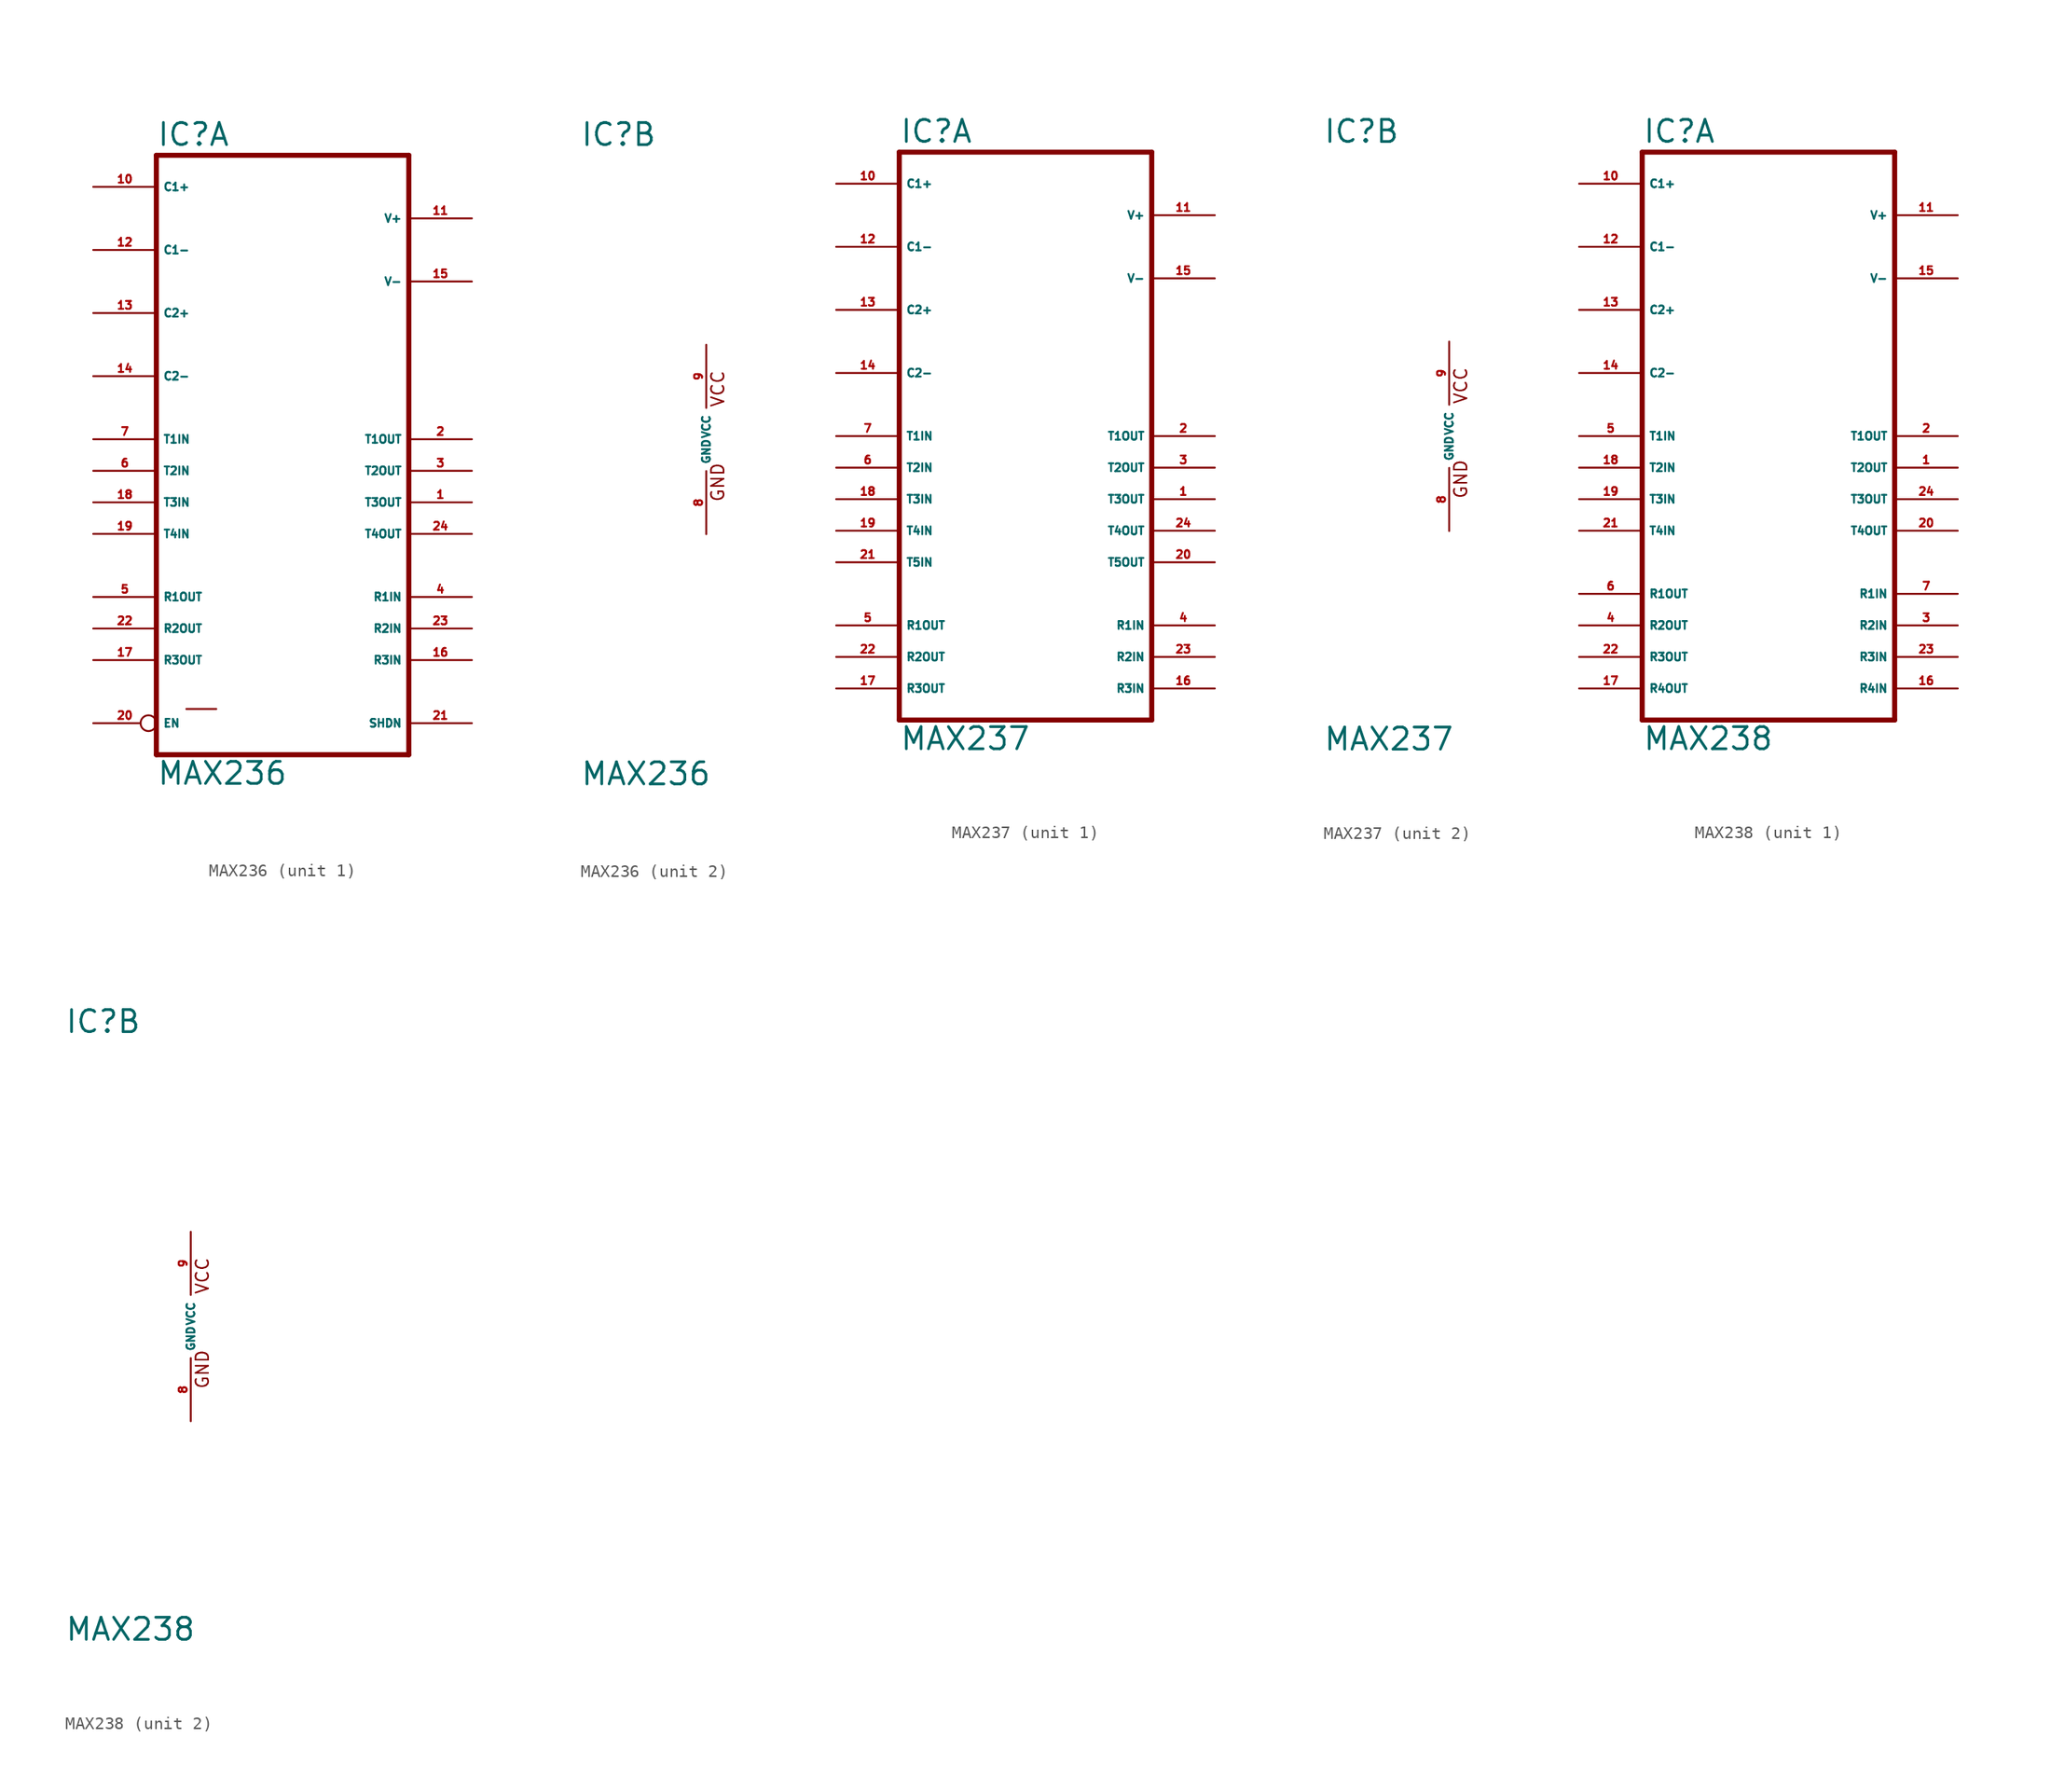
<source format=kicad_sym>
(kicad_symbol_lib
  (version 20220914)
  (generator Eagle2Kicad)
  (symbol "MAX236"
    (property "Reference" "IC"
      (at -10.16 23.495 0)
      (effects (font (size 1.778 1.778) (thickness 0.22)) (justify left bottom)))
    (property "Value" "MAX236"
      (at -10.16 -27.94 0)
      (effects (font (size 1.778 1.778) (thickness 0.22)) (justify left bottom)))
    (symbol "MAX236_1_0"
      (polyline (pts (xy -10.16 22.86) (xy 10.16 22.86)) (stroke (width 0.406) (type default)) (fill (type none)))
      (polyline (pts (xy 10.16 -25.4) (xy 10.16 22.86)) (stroke (width 0.406) (type default)) (fill (type none)))
      (polyline (pts (xy 10.16 -25.4) (xy -10.16 -25.4)) (stroke (width 0.406) (type default)) (fill (type none)))
      (polyline (pts (xy -10.16 22.86) (xy -10.16 -25.4)) (stroke (width 0.406) (type default)) (fill (type none)))
      (polyline (pts (xy -7.747 -21.717) (xy -5.334 -21.717)) (stroke (width 0.152) (type default)) (fill (type none)))
      (pin passive inverted (at -15.24 -22.86 0) (length 5.08) (name "EN" (effects (font (size 0.635 0.635) (thickness 0.08)) (justify left bottom))) (number "20" (effects (font (size 0.635 0.635) (thickness 0.08)) (justify left bottom))))
      (pin bidirectional line (at -15.24 5.08 0) (length 5.08) (name "C2-" (effects (font (size 0.635 0.635) (thickness 0.08)) (justify left bottom))) (number "14" (effects (font (size 0.635 0.635) (thickness 0.08)) (justify left bottom))))
      (pin output line (at -15.24 -12.7 0) (length 5.08) (name "R1OUT" (effects (font (size 0.635 0.635) (thickness 0.08)) (justify left bottom))) (number "5" (effects (font (size 0.635 0.635) (thickness 0.08)) (justify left bottom))))
      (pin output line (at -15.24 -15.24 0) (length 5.08) (name "R2OUT" (effects (font (size 0.635 0.635) (thickness 0.08)) (justify left bottom))) (number "22" (effects (font (size 0.635 0.635) (thickness 0.08)) (justify left bottom))))
      (pin input line (at -15.24 0 0) (length 5.08) (name "T1IN" (effects (font (size 0.635 0.635) (thickness 0.08)) (justify left bottom))) (number "7" (effects (font (size 0.635 0.635) (thickness 0.08)) (justify left bottom))))
      (pin input line (at -15.24 -2.54 0) (length 5.08) (name "T2IN" (effects (font (size 0.635 0.635) (thickness 0.08)) (justify left bottom))) (number "6" (effects (font (size 0.635 0.635) (thickness 0.08)) (justify left bottom))))
      (pin input line (at -15.24 -5.08 0) (length 5.08) (name "T3IN" (effects (font (size 0.635 0.635) (thickness 0.08)) (justify left bottom))) (number "18" (effects (font (size 0.635 0.635) (thickness 0.08)) (justify left bottom))))
      (pin input line (at -15.24 -7.62 0) (length 5.08) (name "T4IN" (effects (font (size 0.635 0.635) (thickness 0.08)) (justify left bottom))) (number "19" (effects (font (size 0.635 0.635) (thickness 0.08)) (justify left bottom))))
      (pin input line (at 15.24 -17.78 180) (length 5.08) (name "R3IN" (effects (font (size 0.635 0.635) (thickness 0.08)) (justify left bottom))) (number "16" (effects (font (size 0.635 0.635) (thickness 0.08)) (justify left bottom))))
      (pin bidirectional line (at 15.24 17.78 180) (length 5.08) (name "V+" (effects (font (size 0.635 0.635) (thickness 0.08)) (justify left bottom))) (number "11" (effects (font (size 0.635 0.635) (thickness 0.08)) (justify left bottom))))
      (pin output line (at 15.24 0 180) (length 5.08) (name "T1OUT" (effects (font (size 0.635 0.635) (thickness 0.08)) (justify left bottom))) (number "2" (effects (font (size 0.635 0.635) (thickness 0.08)) (justify left bottom))))
      (pin output line (at 15.24 -2.54 180) (length 5.08) (name "T2OUT" (effects (font (size 0.635 0.635) (thickness 0.08)) (justify left bottom))) (number "3" (effects (font (size 0.635 0.635) (thickness 0.08)) (justify left bottom))))
      (pin output line (at 15.24 -5.08 180) (length 5.08) (name "T3OUT" (effects (font (size 0.635 0.635) (thickness 0.08)) (justify left bottom))) (number "1" (effects (font (size 0.635 0.635) (thickness 0.08)) (justify left bottom))))
      (pin output line (at 15.24 -7.62 180) (length 5.08) (name "T4OUT" (effects (font (size 0.635 0.635) (thickness 0.08)) (justify left bottom))) (number "24" (effects (font (size 0.635 0.635) (thickness 0.08)) (justify left bottom))))
      (pin bidirectional line (at -15.24 15.24 0) (length 5.08) (name "C1-" (effects (font (size 0.635 0.635) (thickness 0.08)) (justify left bottom))) (number "12" (effects (font (size 0.635 0.635) (thickness 0.08)) (justify left bottom))))
      (pin bidirectional line (at -15.24 10.16 0) (length 5.08) (name "C2+" (effects (font (size 0.635 0.635) (thickness 0.08)) (justify left bottom))) (number "13" (effects (font (size 0.635 0.635) (thickness 0.08)) (justify left bottom))))
      (pin output line (at -15.24 -17.78 0) (length 5.08) (name "R3OUT" (effects (font (size 0.635 0.635) (thickness 0.08)) (justify left bottom))) (number "17" (effects (font (size 0.635 0.635) (thickness 0.08)) (justify left bottom))))
      (pin input line (at 15.24 -15.24 180) (length 5.08) (name "R2IN" (effects (font (size 0.635 0.635) (thickness 0.08)) (justify left bottom))) (number "23" (effects (font (size 0.635 0.635) (thickness 0.08)) (justify left bottom))))
      (pin input line (at 15.24 -12.7 180) (length 5.08) (name "R1IN" (effects (font (size 0.635 0.635) (thickness 0.08)) (justify left bottom))) (number "4" (effects (font (size 0.635 0.635) (thickness 0.08)) (justify left bottom))))
      (pin passive line (at 15.24 -22.86 180) (length 5.08) (name "SHDN" (effects (font (size 0.635 0.635) (thickness 0.08)) (justify left bottom))) (number "21" (effects (font (size 0.635 0.635) (thickness 0.08)) (justify left bottom))))
      (pin bidirectional line (at -15.24 20.32 0) (length 5.08) (name "C1+" (effects (font (size 0.635 0.635) (thickness 0.08)) (justify left bottom))) (number "10" (effects (font (size 0.635 0.635) (thickness 0.08)) (justify left bottom))))
      (pin bidirectional line (at 15.24 12.7 180) (length 5.08) (name "V-" (effects (font (size 0.635 0.635) (thickness 0.08)) (justify left bottom))) (number "15" (effects (font (size 0.635 0.635) (thickness 0.08)) (justify left bottom)))))
    (symbol "MAX236_2_0"
      (text "GND" (at 1.524 -5.08 900) (effects (font (size 1.016 1.016) (thickness 0.13)) (justify left bottom)))
      (text "VCC" (at 1.524 2.54 900) (effects (font (size 1.016 1.016) (thickness 0.13)) (justify left bottom)))
      (pin unspecified line (at 0 7.62 270) (length 5.08) (name "VCC" (effects (font (size 0.635 0.635) (thickness 0.08)) (justify left bottom))) (number "9" (effects (font (size 0.635 0.635) (thickness 0.08)) (justify left bottom))))
      (pin unspecified line (at 0 -7.62 90) (length 5.08) (name "GND" (effects (font (size 0.635 0.635) (thickness 0.08)) (justify left bottom))) (number "8" (effects (font (size 0.635 0.635) (thickness 0.08)) (justify left bottom))))))
  (symbol "MAX237"
    (property "Reference" "IC"
      (at -10.16 23.495 0)
      (effects (font (size 1.778 1.778) (thickness 0.22)) (justify left bottom)))
    (property "Value" "MAX237"
      (at -10.16 -25.4 0)
      (effects (font (size 1.778 1.778) (thickness 0.22)) (justify left bottom)))
    (symbol "MAX237_1_0"
      (polyline (pts (xy -10.16 22.86) (xy 10.16 22.86)) (stroke (width 0.406) (type default)) (fill (type none)))
      (polyline (pts (xy 10.16 -22.86) (xy 10.16 22.86)) (stroke (width 0.406) (type default)) (fill (type none)))
      (polyline (pts (xy 10.16 -22.86) (xy -10.16 -22.86)) (stroke (width 0.406) (type default)) (fill (type none)))
      (polyline (pts (xy -10.16 22.86) (xy -10.16 -22.86)) (stroke (width 0.406) (type default)) (fill (type none)))
      (pin input line (at -15.24 -10.16 0) (length 5.08) (name "T5IN" (effects (font (size 0.635 0.635) (thickness 0.08)) (justify left bottom))) (number "21" (effects (font (size 0.635 0.635) (thickness 0.08)) (justify left bottom))))
      (pin bidirectional line (at -15.24 5.08 0) (length 5.08) (name "C2-" (effects (font (size 0.635 0.635) (thickness 0.08)) (justify left bottom))) (number "14" (effects (font (size 0.635 0.635) (thickness 0.08)) (justify left bottom))))
      (pin output line (at -15.24 -15.24 0) (length 5.08) (name "R1OUT" (effects (font (size 0.635 0.635) (thickness 0.08)) (justify left bottom))) (number "5" (effects (font (size 0.635 0.635) (thickness 0.08)) (justify left bottom))))
      (pin output line (at -15.24 -17.78 0) (length 5.08) (name "R2OUT" (effects (font (size 0.635 0.635) (thickness 0.08)) (justify left bottom))) (number "22" (effects (font (size 0.635 0.635) (thickness 0.08)) (justify left bottom))))
      (pin input line (at -15.24 0 0) (length 5.08) (name "T1IN" (effects (font (size 0.635 0.635) (thickness 0.08)) (justify left bottom))) (number "7" (effects (font (size 0.635 0.635) (thickness 0.08)) (justify left bottom))))
      (pin input line (at -15.24 -2.54 0) (length 5.08) (name "T2IN" (effects (font (size 0.635 0.635) (thickness 0.08)) (justify left bottom))) (number "6" (effects (font (size 0.635 0.635) (thickness 0.08)) (justify left bottom))))
      (pin input line (at -15.24 -5.08 0) (length 5.08) (name "T3IN" (effects (font (size 0.635 0.635) (thickness 0.08)) (justify left bottom))) (number "18" (effects (font (size 0.635 0.635) (thickness 0.08)) (justify left bottom))))
      (pin input line (at -15.24 -7.62 0) (length 5.08) (name "T4IN" (effects (font (size 0.635 0.635) (thickness 0.08)) (justify left bottom))) (number "19" (effects (font (size 0.635 0.635) (thickness 0.08)) (justify left bottom))))
      (pin input line (at 15.24 -20.32 180) (length 5.08) (name "R3IN" (effects (font (size 0.635 0.635) (thickness 0.08)) (justify left bottom))) (number "16" (effects (font (size 0.635 0.635) (thickness 0.08)) (justify left bottom))))
      (pin bidirectional line (at 15.24 17.78 180) (length 5.08) (name "V+" (effects (font (size 0.635 0.635) (thickness 0.08)) (justify left bottom))) (number "11" (effects (font (size 0.635 0.635) (thickness 0.08)) (justify left bottom))))
      (pin output line (at 15.24 0 180) (length 5.08) (name "T1OUT" (effects (font (size 0.635 0.635) (thickness 0.08)) (justify left bottom))) (number "2" (effects (font (size 0.635 0.635) (thickness 0.08)) (justify left bottom))))
      (pin output line (at 15.24 -2.54 180) (length 5.08) (name "T2OUT" (effects (font (size 0.635 0.635) (thickness 0.08)) (justify left bottom))) (number "3" (effects (font (size 0.635 0.635) (thickness 0.08)) (justify left bottom))))
      (pin output line (at 15.24 -5.08 180) (length 5.08) (name "T3OUT" (effects (font (size 0.635 0.635) (thickness 0.08)) (justify left bottom))) (number "1" (effects (font (size 0.635 0.635) (thickness 0.08)) (justify left bottom))))
      (pin output line (at 15.24 -7.62 180) (length 5.08) (name "T4OUT" (effects (font (size 0.635 0.635) (thickness 0.08)) (justify left bottom))) (number "24" (effects (font (size 0.635 0.635) (thickness 0.08)) (justify left bottom))))
      (pin bidirectional line (at -15.24 15.24 0) (length 5.08) (name "C1-" (effects (font (size 0.635 0.635) (thickness 0.08)) (justify left bottom))) (number "12" (effects (font (size 0.635 0.635) (thickness 0.08)) (justify left bottom))))
      (pin bidirectional line (at -15.24 10.16 0) (length 5.08) (name "C2+" (effects (font (size 0.635 0.635) (thickness 0.08)) (justify left bottom))) (number "13" (effects (font (size 0.635 0.635) (thickness 0.08)) (justify left bottom))))
      (pin output line (at -15.24 -20.32 0) (length 5.08) (name "R3OUT" (effects (font (size 0.635 0.635) (thickness 0.08)) (justify left bottom))) (number "17" (effects (font (size 0.635 0.635) (thickness 0.08)) (justify left bottom))))
      (pin input line (at 15.24 -17.78 180) (length 5.08) (name "R2IN" (effects (font (size 0.635 0.635) (thickness 0.08)) (justify left bottom))) (number "23" (effects (font (size 0.635 0.635) (thickness 0.08)) (justify left bottom))))
      (pin input line (at 15.24 -15.24 180) (length 5.08) (name "R1IN" (effects (font (size 0.635 0.635) (thickness 0.08)) (justify left bottom))) (number "4" (effects (font (size 0.635 0.635) (thickness 0.08)) (justify left bottom))))
      (pin output line (at 15.24 -10.16 180) (length 5.08) (name "T5OUT" (effects (font (size 0.635 0.635) (thickness 0.08)) (justify left bottom))) (number "20" (effects (font (size 0.635 0.635) (thickness 0.08)) (justify left bottom))))
      (pin bidirectional line (at -15.24 20.32 0) (length 5.08) (name "C1+" (effects (font (size 0.635 0.635) (thickness 0.08)) (justify left bottom))) (number "10" (effects (font (size 0.635 0.635) (thickness 0.08)) (justify left bottom))))
      (pin bidirectional line (at 15.24 12.7 180) (length 5.08) (name "V-" (effects (font (size 0.635 0.635) (thickness 0.08)) (justify left bottom))) (number "15" (effects (font (size 0.635 0.635) (thickness 0.08)) (justify left bottom)))))
    (symbol "MAX237_2_0"
      (text "GND" (at 1.524 -5.08 900) (effects (font (size 1.016 1.016) (thickness 0.13)) (justify left bottom)))
      (text "VCC" (at 1.524 2.54 900) (effects (font (size 1.016 1.016) (thickness 0.13)) (justify left bottom)))
      (pin unspecified line (at 0 7.62 270) (length 5.08) (name "VCC" (effects (font (size 0.635 0.635) (thickness 0.08)) (justify left bottom))) (number "9" (effects (font (size 0.635 0.635) (thickness 0.08)) (justify left bottom))))
      (pin unspecified line (at 0 -7.62 90) (length 5.08) (name "GND" (effects (font (size 0.635 0.635) (thickness 0.08)) (justify left bottom))) (number "8" (effects (font (size 0.635 0.635) (thickness 0.08)) (justify left bottom))))))
  (symbol "MAX238"
    (property "Reference" "IC"
      (at -10.16 23.495 0)
      (effects (font (size 1.778 1.778) (thickness 0.22)) (justify left bottom)))
    (property "Value" "MAX238"
      (at -10.16 -25.4 0)
      (effects (font (size 1.778 1.778) (thickness 0.22)) (justify left bottom)))
    (symbol "MAX238_1_0"
      (polyline (pts (xy -10.16 22.86) (xy 10.16 22.86)) (stroke (width 0.406) (type default)) (fill (type none)))
      (polyline (pts (xy 10.16 -22.86) (xy 10.16 22.86)) (stroke (width 0.406) (type default)) (fill (type none)))
      (polyline (pts (xy 10.16 -22.86) (xy -10.16 -22.86)) (stroke (width 0.406) (type default)) (fill (type none)))
      (polyline (pts (xy -10.16 22.86) (xy -10.16 -22.86)) (stroke (width 0.406) (type default)) (fill (type none)))
      (pin output line (at -15.24 -20.32 0) (length 5.08) (name "R4OUT" (effects (font (size 0.635 0.635) (thickness 0.08)) (justify left bottom))) (number "17" (effects (font (size 0.635 0.635) (thickness 0.08)) (justify left bottom))))
      (pin bidirectional line (at -15.24 5.08 0) (length 5.08) (name "C2-" (effects (font (size 0.635 0.635) (thickness 0.08)) (justify left bottom))) (number "14" (effects (font (size 0.635 0.635) (thickness 0.08)) (justify left bottom))))
      (pin output line (at -15.24 -12.7 0) (length 5.08) (name "R1OUT" (effects (font (size 0.635 0.635) (thickness 0.08)) (justify left bottom))) (number "6" (effects (font (size 0.635 0.635) (thickness 0.08)) (justify left bottom))))
      (pin output line (at -15.24 -15.24 0) (length 5.08) (name "R2OUT" (effects (font (size 0.635 0.635) (thickness 0.08)) (justify left bottom))) (number "4" (effects (font (size 0.635 0.635) (thickness 0.08)) (justify left bottom))))
      (pin input line (at -15.24 0 0) (length 5.08) (name "T1IN" (effects (font (size 0.635 0.635) (thickness 0.08)) (justify left bottom))) (number "5" (effects (font (size 0.635 0.635) (thickness 0.08)) (justify left bottom))))
      (pin input line (at -15.24 -2.54 0) (length 5.08) (name "T2IN" (effects (font (size 0.635 0.635) (thickness 0.08)) (justify left bottom))) (number "18" (effects (font (size 0.635 0.635) (thickness 0.08)) (justify left bottom))))
      (pin input line (at -15.24 -5.08 0) (length 5.08) (name "T3IN" (effects (font (size 0.635 0.635) (thickness 0.08)) (justify left bottom))) (number "19" (effects (font (size 0.635 0.635) (thickness 0.08)) (justify left bottom))))
      (pin input line (at -15.24 -7.62 0) (length 5.08) (name "T4IN" (effects (font (size 0.635 0.635) (thickness 0.08)) (justify left bottom))) (number "21" (effects (font (size 0.635 0.635) (thickness 0.08)) (justify left bottom))))
      (pin input line (at 15.24 -17.78 180) (length 5.08) (name "R3IN" (effects (font (size 0.635 0.635) (thickness 0.08)) (justify left bottom))) (number "23" (effects (font (size 0.635 0.635) (thickness 0.08)) (justify left bottom))))
      (pin bidirectional line (at 15.24 17.78 180) (length 5.08) (name "V+" (effects (font (size 0.635 0.635) (thickness 0.08)) (justify left bottom))) (number "11" (effects (font (size 0.635 0.635) (thickness 0.08)) (justify left bottom))))
      (pin output line (at 15.24 0 180) (length 5.08) (name "T1OUT" (effects (font (size 0.635 0.635) (thickness 0.08)) (justify left bottom))) (number "2" (effects (font (size 0.635 0.635) (thickness 0.08)) (justify left bottom))))
      (pin output line (at 15.24 -2.54 180) (length 5.08) (name "T2OUT" (effects (font (size 0.635 0.635) (thickness 0.08)) (justify left bottom))) (number "1" (effects (font (size 0.635 0.635) (thickness 0.08)) (justify left bottom))))
      (pin output line (at 15.24 -5.08 180) (length 5.08) (name "T3OUT" (effects (font (size 0.635 0.635) (thickness 0.08)) (justify left bottom))) (number "24" (effects (font (size 0.635 0.635) (thickness 0.08)) (justify left bottom))))
      (pin output line (at 15.24 -7.62 180) (length 5.08) (name "T4OUT" (effects (font (size 0.635 0.635) (thickness 0.08)) (justify left bottom))) (number "20" (effects (font (size 0.635 0.635) (thickness 0.08)) (justify left bottom))))
      (pin bidirectional line (at -15.24 15.24 0) (length 5.08) (name "C1-" (effects (font (size 0.635 0.635) (thickness 0.08)) (justify left bottom))) (number "12" (effects (font (size 0.635 0.635) (thickness 0.08)) (justify left bottom))))
      (pin bidirectional line (at -15.24 10.16 0) (length 5.08) (name "C2+" (effects (font (size 0.635 0.635) (thickness 0.08)) (justify left bottom))) (number "13" (effects (font (size 0.635 0.635) (thickness 0.08)) (justify left bottom))))
      (pin output line (at -15.24 -17.78 0) (length 5.08) (name "R3OUT" (effects (font (size 0.635 0.635) (thickness 0.08)) (justify left bottom))) (number "22" (effects (font (size 0.635 0.635) (thickness 0.08)) (justify left bottom))))
      (pin input line (at 15.24 -15.24 180) (length 5.08) (name "R2IN" (effects (font (size 0.635 0.635) (thickness 0.08)) (justify left bottom))) (number "3" (effects (font (size 0.635 0.635) (thickness 0.08)) (justify left bottom))))
      (pin input line (at 15.24 -12.7 180) (length 5.08) (name "R1IN" (effects (font (size 0.635 0.635) (thickness 0.08)) (justify left bottom))) (number "7" (effects (font (size 0.635 0.635) (thickness 0.08)) (justify left bottom))))
      (pin input line (at 15.24 -20.32 180) (length 5.08) (name "R4IN" (effects (font (size 0.635 0.635) (thickness 0.08)) (justify left bottom))) (number "16" (effects (font (size 0.635 0.635) (thickness 0.08)) (justify left bottom))))
      (pin bidirectional line (at -15.24 20.32 0) (length 5.08) (name "C1+" (effects (font (size 0.635 0.635) (thickness 0.08)) (justify left bottom))) (number "10" (effects (font (size 0.635 0.635) (thickness 0.08)) (justify left bottom))))
      (pin bidirectional line (at 15.24 12.7 180) (length 5.08) (name "V-" (effects (font (size 0.635 0.635) (thickness 0.08)) (justify left bottom))) (number "15" (effects (font (size 0.635 0.635) (thickness 0.08)) (justify left bottom)))))
    (symbol "MAX238_2_0"
      (text "GND" (at 1.524 -5.08 900) (effects (font (size 1.016 1.016) (thickness 0.13)) (justify left bottom)))
      (text "VCC" (at 1.524 2.54 900) (effects (font (size 1.016 1.016) (thickness 0.13)) (justify left bottom)))
      (pin unspecified line (at 0 7.62 270) (length 5.08) (name "VCC" (effects (font (size 0.635 0.635) (thickness 0.08)) (justify left bottom))) (number "9" (effects (font (size 0.635 0.635) (thickness 0.08)) (justify left bottom))))
      (pin unspecified line (at 0 -7.62 90) (length 5.08) (name "GND" (effects (font (size 0.635 0.635) (thickness 0.08)) (justify left bottom))) (number "8" (effects (font (size 0.635 0.635) (thickness 0.08)) (justify left bottom)))))))
</source>
